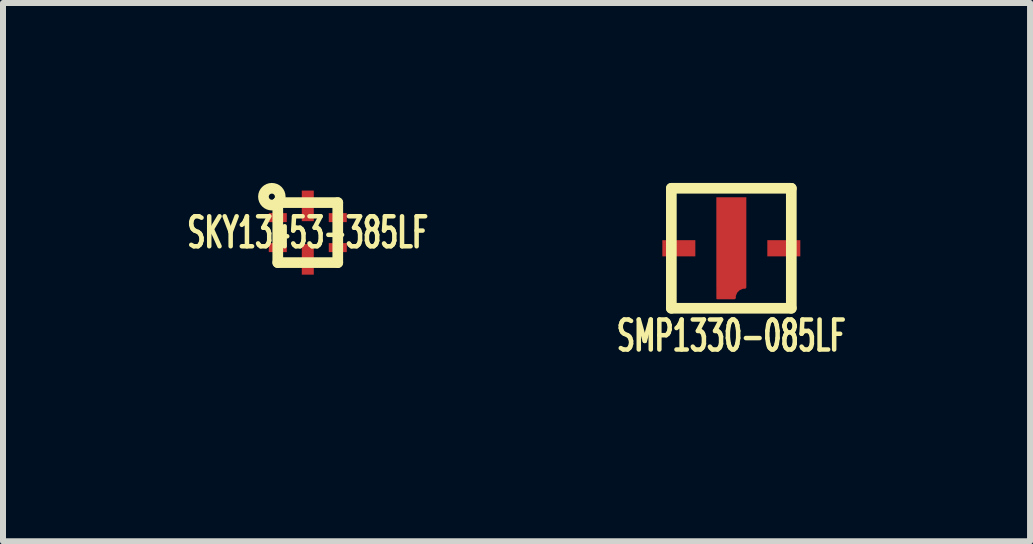
<source format=kicad_pcb>
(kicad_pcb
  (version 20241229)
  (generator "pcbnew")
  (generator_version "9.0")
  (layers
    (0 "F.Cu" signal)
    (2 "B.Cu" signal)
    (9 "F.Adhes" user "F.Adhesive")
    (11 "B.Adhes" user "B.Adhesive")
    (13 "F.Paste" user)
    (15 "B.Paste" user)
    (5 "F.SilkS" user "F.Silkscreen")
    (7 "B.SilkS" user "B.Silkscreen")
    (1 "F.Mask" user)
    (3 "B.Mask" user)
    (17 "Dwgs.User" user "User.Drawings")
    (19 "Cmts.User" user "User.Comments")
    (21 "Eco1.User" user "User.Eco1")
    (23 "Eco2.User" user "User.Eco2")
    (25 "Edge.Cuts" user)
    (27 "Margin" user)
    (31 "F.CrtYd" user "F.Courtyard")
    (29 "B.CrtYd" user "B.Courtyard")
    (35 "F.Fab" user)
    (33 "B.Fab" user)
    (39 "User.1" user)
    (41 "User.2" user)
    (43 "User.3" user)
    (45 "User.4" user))
  (footprint "SMP1330-085LF"
    (layer "F.Cu")
    (at 9.142 1.089)
    (property "Reference" "SMP1330-085LF" (at 0 1.46 0) (layer "F.SilkS") (effects (font (size 0.5 0.3) (thickness 0.076))))
    (attr smd)
    (fp_line (start -1 -1) (end 1 -1) (stroke (width 0.178) (type solid)) (layer "F.SilkS"))
    (fp_line (start -1 1) (end -1 -1) (stroke (width 0.178) (type solid)) (layer "F.SilkS"))
    (fp_line (start 1 -1) (end 1 1) (stroke (width 0.178) (type solid)) (layer "F.SilkS"))
    (fp_line (start 1 1) (end -1 1) (stroke (width 0.178) (type solid)) (layer "F.SilkS"))
    (pad "1" smd rect (at -0.875 0) (size 0.55 0.27) (layers "F.Cu" "F.Mask" "F.Paste"))
    (pad "1" smd rect (at 0.875 0) (size 0.55 0.27) (layers "F.Cu" "F.Mask" "F.Paste"))
    (pad "2" smd custom (at 0 -0.1) (size 0.5 1.5) (layers "F.Cu" "F.Mask" "F.Paste") (options (anchor rect)) (primitives (gr_poly (pts (xy 0.113 0.787) (xy 0.05 0.863) (xy 0.05 0.938) (xy -0.237 0.938) (xy -0.237 0.756) (xy 0.175 0.756)) (width 0.025) (fill yes)) (gr_arc (start 0.05 0.925) (mid 0.101256 0.801256) (end 0.225 0.75) (width 0.05)))))
  (footprint "SKY13453-385LF"
    (layer "F.Cu")
    (at 2.081 0.828)
    (property "Reference" "SKY13453-385LF" (at 0 0 0) (layer "F.SilkS") (effects (font (size 0.5 0.3) (thickness 0.076))))
    (attr smd)
    (fp_line (start -0.5 -0.5) (end 0.5 -0.5) (stroke (width 0.178) (type solid)) (layer "F.SilkS"))
    (fp_line (start -0.5 0.5) (end -0.5 -0.5) (stroke (width 0.178) (type solid)) (layer "F.SilkS"))
    (fp_line (start 0.5 -0.5) (end 0.5 0.5) (stroke (width 0.178) (type solid)) (layer "F.SilkS"))
    (fp_line (start 0.5 0.5) (end -0.5 0.5) (stroke (width 0.178) (type solid)) (layer "F.SilkS"))
    (fp_circle (center -0.599 -0.599) (end -0.5 -0.5) (stroke (width 0.178) (type solid)) (fill no) (layer "F.SilkS"))
    (pad "1" smd rect (at -0.5 -0.25) (size 0.3 0.15) (layers "F.Cu" "F.Mask" "F.Paste"))
    (pad "2" smd rect (at -0.5 0.25) (size 0.3 0.15) (layers "F.Cu" "F.Mask" "F.Paste"))
    (pad "3" smd rect (at 0 0.446) (size 0.2 0.51) (layers "F.Cu" "F.Mask" "F.Paste"))
    (pad "4" smd rect (at 0.5 0.25) (size 0.3 0.15) (layers "F.Cu" "F.Mask" "F.Paste"))
    (pad "5" smd rect (at 0.5 -0.25) (size 0.3 0.15) (layers "F.Cu" "F.Mask" "F.Paste"))
    (pad "6" smd rect (at 0 -0.446) (size 0.2 0.51) (layers "F.Cu" "F.Mask" "F.Paste")))
  (gr_rect
    (start -3 -3)
    (end 14.122 5.974)
    (stroke (width 0.1) (type default))
    (fill no)
    (layer "Edge.Cuts")))
</source>
